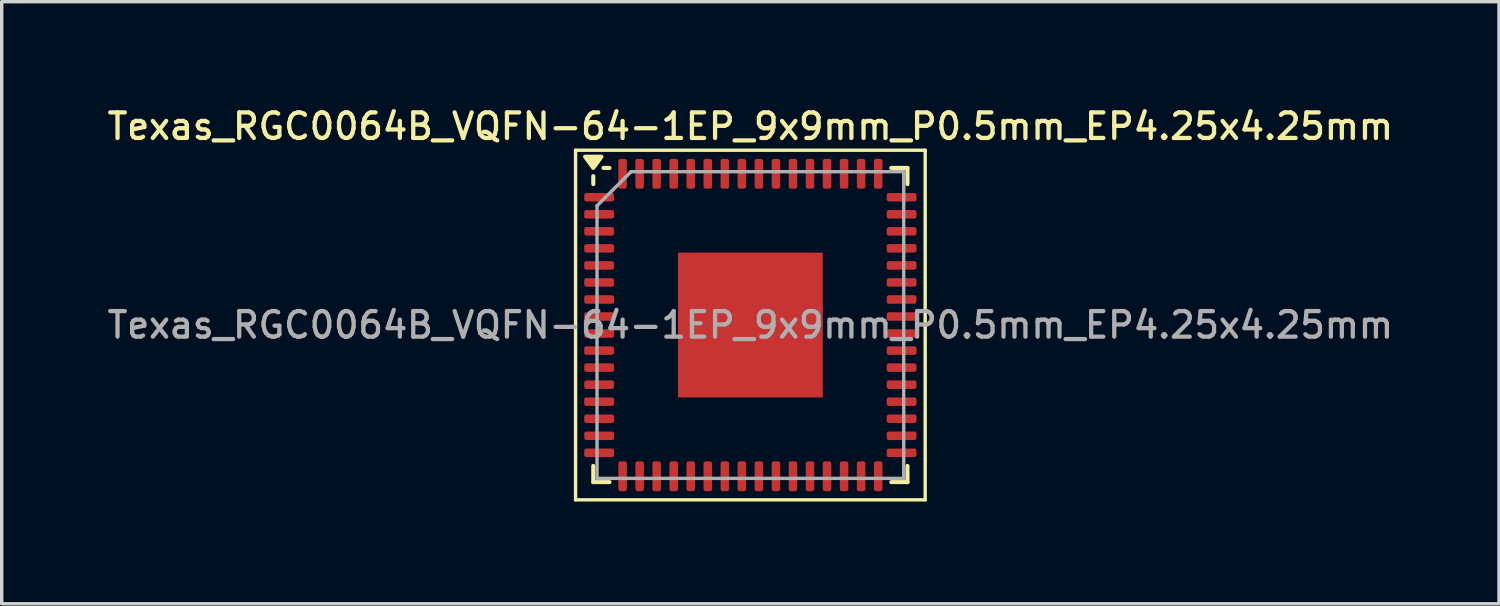
<source format=kicad_pcb>
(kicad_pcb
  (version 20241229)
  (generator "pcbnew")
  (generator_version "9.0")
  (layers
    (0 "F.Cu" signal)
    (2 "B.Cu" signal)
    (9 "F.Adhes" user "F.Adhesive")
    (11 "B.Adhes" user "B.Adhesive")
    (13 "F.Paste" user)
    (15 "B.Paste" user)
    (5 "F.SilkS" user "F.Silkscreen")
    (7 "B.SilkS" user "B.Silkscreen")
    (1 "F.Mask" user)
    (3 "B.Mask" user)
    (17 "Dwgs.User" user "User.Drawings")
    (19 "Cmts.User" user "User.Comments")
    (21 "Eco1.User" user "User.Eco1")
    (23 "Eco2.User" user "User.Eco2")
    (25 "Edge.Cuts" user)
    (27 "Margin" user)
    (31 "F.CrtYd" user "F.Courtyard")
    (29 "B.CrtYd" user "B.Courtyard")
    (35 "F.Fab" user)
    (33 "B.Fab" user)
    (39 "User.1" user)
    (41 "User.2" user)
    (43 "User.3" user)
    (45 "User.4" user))
  (footprint "Texas_RGC0064B_VQFN-64-1EP_9x9mm_P0.5mm_EP4.25x4.25mm"
    (layer "F.Cu")
    (at 18.97 6.488)
    (property "Reference" "Texas_RGC0064B_VQFN-64-1EP_9x9mm_P0.5mm_EP4.25x4.25mm" (at 0 -5.83 0) (layer "F.SilkS") (effects (font (size 0.75 0.75) (thickness 0.125))))
    (attr smd)
    (fp_line (start -5.13 -5.13) (end -5.13 5.13) (stroke (width 0.1) (type solid)) (layer "F.SilkS"))
    (fp_line (start -5.13 5.13) (end 5.13 5.13) (stroke (width 0.1) (type solid)) (layer "F.SilkS"))
    (fp_line (start -4.61 -4.135) (end -4.61 -4.37) (stroke (width 0.12) (type solid)) (layer "F.SilkS"))
    (fp_line (start -4.61 4.61) (end -4.61 4.135) (stroke (width 0.12) (type solid)) (layer "F.SilkS"))
    (fp_line (start -4.135 -4.61) (end -4.31 -4.61) (stroke (width 0.12) (type solid)) (layer "F.SilkS"))
    (fp_line (start -4.135 4.61) (end -4.61 4.61) (stroke (width 0.12) (type solid)) (layer "F.SilkS"))
    (fp_line (start 4.135 -4.61) (end 4.61 -4.61) (stroke (width 0.12) (type solid)) (layer "F.SilkS"))
    (fp_line (start 4.135 4.61) (end 4.61 4.61) (stroke (width 0.12) (type solid)) (layer "F.SilkS"))
    (fp_line (start 4.61 -4.61) (end 4.61 -4.135) (stroke (width 0.12) (type solid)) (layer "F.SilkS"))
    (fp_line (start 4.61 4.61) (end 4.61 4.135) (stroke (width 0.12) (type solid)) (layer "F.SilkS"))
    (fp_line (start 5.13 -5.13) (end -5.13 -5.13) (stroke (width 0.1) (type solid)) (layer "F.SilkS"))
    (fp_line (start 5.13 5.13) (end 5.13 -5.13) (stroke (width 0.1) (type solid)) (layer "F.SilkS"))
    (fp_poly (pts (xy -4.61 -4.61) (xy -4.85 -4.94) (xy -4.37 -4.94) (xy -4.61 -4.61)) (stroke (width 0.12) (type solid)) (fill yes) (layer "F.SilkS"))
    (fp_line (start -4.5 -3.5) (end -3.5 -4.5) (stroke (width 0.1) (type solid)) (layer "F.Fab"))
    (fp_line (start -4.5 4.5) (end -4.5 -3.5) (stroke (width 0.1) (type solid)) (layer "F.Fab"))
    (fp_line (start -3.5 -4.5) (end 4.5 -4.5) (stroke (width 0.1) (type solid)) (layer "F.Fab"))
    (fp_line (start 4.5 -4.5) (end 4.5 4.5) (stroke (width 0.1) (type solid)) (layer "F.Fab"))
    (fp_line (start 4.5 4.5) (end -4.5 4.5) (stroke (width 0.1) (type solid)) (layer "F.Fab"))
    (fp_text user "${REFERENCE}" (at 0 0 0) (layer "F.Fab") (effects (font (size 0.75 0.75) (thickness 0.125))))
    (pad "" smd roundrect (at -1.06 -1.06) (size 1.71 1.71) (layers "F.Paste") (roundrect_rratio 0.146))
    (pad "" smd roundrect (at -1.06 1.06) (size 1.71 1.71) (layers "F.Paste") (roundrect_rratio 0.146))
    (pad "" smd roundrect (at 1.06 -1.06) (size 1.71 1.71) (layers "F.Paste") (roundrect_rratio 0.146))
    (pad "" smd roundrect (at 1.06 1.06) (size 1.71 1.71) (layers "F.Paste") (roundrect_rratio 0.146))
    (pad "1" smd roundrect (at -4.438 -3.75) (size 0.875 0.25) (layers "F.Cu" "F.Mask" "F.Paste") (roundrect_rratio 0.25))
    (pad "2" smd roundrect (at -4.438 -3.25) (size 0.875 0.25) (layers "F.Cu" "F.Mask" "F.Paste") (roundrect_rratio 0.25))
    (pad "3" smd roundrect (at -4.438 -2.75) (size 0.875 0.25) (layers "F.Cu" "F.Mask" "F.Paste") (roundrect_rratio 0.25))
    (pad "4" smd roundrect (at -4.438 -2.25) (size 0.875 0.25) (layers "F.Cu" "F.Mask" "F.Paste") (roundrect_rratio 0.25))
    (pad "5" smd roundrect (at -4.438 -1.75) (size 0.875 0.25) (layers "F.Cu" "F.Mask" "F.Paste") (roundrect_rratio 0.25))
    (pad "6" smd roundrect (at -4.438 -1.25) (size 0.875 0.25) (layers "F.Cu" "F.Mask" "F.Paste") (roundrect_rratio 0.25))
    (pad "7" smd roundrect (at -4.438 -0.75) (size 0.875 0.25) (layers "F.Cu" "F.Mask" "F.Paste") (roundrect_rratio 0.25))
    (pad "8" smd roundrect (at -4.438 -0.25) (size 0.875 0.25) (layers "F.Cu" "F.Mask" "F.Paste") (roundrect_rratio 0.25))
    (pad "9" smd roundrect (at -4.438 0.25) (size 0.875 0.25) (layers "F.Cu" "F.Mask" "F.Paste") (roundrect_rratio 0.25))
    (pad "10" smd roundrect (at -4.438 0.75) (size 0.875 0.25) (layers "F.Cu" "F.Mask" "F.Paste") (roundrect_rratio 0.25))
    (pad "11" smd roundrect (at -4.438 1.25) (size 0.875 0.25) (layers "F.Cu" "F.Mask" "F.Paste") (roundrect_rratio 0.25))
    (pad "12" smd roundrect (at -4.438 1.75) (size 0.875 0.25) (layers "F.Cu" "F.Mask" "F.Paste") (roundrect_rratio 0.25))
    (pad "13" smd roundrect (at -4.438 2.25) (size 0.875 0.25) (layers "F.Cu" "F.Mask" "F.Paste") (roundrect_rratio 0.25))
    (pad "14" smd roundrect (at -4.438 2.75) (size 0.875 0.25) (layers "F.Cu" "F.Mask" "F.Paste") (roundrect_rratio 0.25))
    (pad "15" smd roundrect (at -4.438 3.25) (size 0.875 0.25) (layers "F.Cu" "F.Mask" "F.Paste") (roundrect_rratio 0.25))
    (pad "16" smd roundrect (at -4.438 3.75) (size 0.875 0.25) (layers "F.Cu" "F.Mask" "F.Paste") (roundrect_rratio 0.25))
    (pad "17" smd roundrect (at -3.75 4.438) (size 0.25 0.875) (layers "F.Cu" "F.Mask" "F.Paste") (roundrect_rratio 0.25))
    (pad "18" smd roundrect (at -3.25 4.438) (size 0.25 0.875) (layers "F.Cu" "F.Mask" "F.Paste") (roundrect_rratio 0.25))
    (pad "19" smd roundrect (at -2.75 4.438) (size 0.25 0.875) (layers "F.Cu" "F.Mask" "F.Paste") (roundrect_rratio 0.25))
    (pad "20" smd roundrect (at -2.25 4.438) (size 0.25 0.875) (layers "F.Cu" "F.Mask" "F.Paste") (roundrect_rratio 0.25))
    (pad "21" smd roundrect (at -1.75 4.438) (size 0.25 0.875) (layers "F.Cu" "F.Mask" "F.Paste") (roundrect_rratio 0.25))
    (pad "22" smd roundrect (at -1.25 4.438) (size 0.25 0.875) (layers "F.Cu" "F.Mask" "F.Paste") (roundrect_rratio 0.25))
    (pad "23" smd roundrect (at -0.75 4.438) (size 0.25 0.875) (layers "F.Cu" "F.Mask" "F.Paste") (roundrect_rratio 0.25))
    (pad "24" smd roundrect (at -0.25 4.438) (size 0.25 0.875) (layers "F.Cu" "F.Mask" "F.Paste") (roundrect_rratio 0.25))
    (pad "25" smd roundrect (at 0.25 4.438) (size 0.25 0.875) (layers "F.Cu" "F.Mask" "F.Paste") (roundrect_rratio 0.25))
    (pad "26" smd roundrect (at 0.75 4.438) (size 0.25 0.875) (layers "F.Cu" "F.Mask" "F.Paste") (roundrect_rratio 0.25))
    (pad "27" smd roundrect (at 1.25 4.438) (size 0.25 0.875) (layers "F.Cu" "F.Mask" "F.Paste") (roundrect_rratio 0.25))
    (pad "28" smd roundrect (at 1.75 4.438) (size 0.25 0.875) (layers "F.Cu" "F.Mask" "F.Paste") (roundrect_rratio 0.25))
    (pad "29" smd roundrect (at 2.25 4.438) (size 0.25 0.875) (layers "F.Cu" "F.Mask" "F.Paste") (roundrect_rratio 0.25))
    (pad "30" smd roundrect (at 2.75 4.438) (size 0.25 0.875) (layers "F.Cu" "F.Mask" "F.Paste") (roundrect_rratio 0.25))
    (pad "31" smd roundrect (at 3.25 4.438) (size 0.25 0.875) (layers "F.Cu" "F.Mask" "F.Paste") (roundrect_rratio 0.25))
    (pad "32" smd roundrect (at 3.75 4.438) (size 0.25 0.875) (layers "F.Cu" "F.Mask" "F.Paste") (roundrect_rratio 0.25))
    (pad "33" smd roundrect (at 4.438 3.75) (size 0.875 0.25) (layers "F.Cu" "F.Mask" "F.Paste") (roundrect_rratio 0.25))
    (pad "34" smd roundrect (at 4.438 3.25) (size 0.875 0.25) (layers "F.Cu" "F.Mask" "F.Paste") (roundrect_rratio 0.25))
    (pad "35" smd roundrect (at 4.438 2.75) (size 0.875 0.25) (layers "F.Cu" "F.Mask" "F.Paste") (roundrect_rratio 0.25))
    (pad "36" smd roundrect (at 4.438 2.25) (size 0.875 0.25) (layers "F.Cu" "F.Mask" "F.Paste") (roundrect_rratio 0.25))
    (pad "37" smd roundrect (at 4.438 1.75) (size 0.875 0.25) (layers "F.Cu" "F.Mask" "F.Paste") (roundrect_rratio 0.25))
    (pad "38" smd roundrect (at 4.438 1.25) (size 0.875 0.25) (layers "F.Cu" "F.Mask" "F.Paste") (roundrect_rratio 0.25))
    (pad "39" smd roundrect (at 4.438 0.75) (size 0.875 0.25) (layers "F.Cu" "F.Mask" "F.Paste") (roundrect_rratio 0.25))
    (pad "40" smd roundrect (at 4.438 0.25) (size 0.875 0.25) (layers "F.Cu" "F.Mask" "F.Paste") (roundrect_rratio 0.25))
    (pad "41" smd roundrect (at 4.438 -0.25) (size 0.875 0.25) (layers "F.Cu" "F.Mask" "F.Paste") (roundrect_rratio 0.25))
    (pad "42" smd roundrect (at 4.438 -0.75) (size 0.875 0.25) (layers "F.Cu" "F.Mask" "F.Paste") (roundrect_rratio 0.25))
    (pad "43" smd roundrect (at 4.438 -1.25) (size 0.875 0.25) (layers "F.Cu" "F.Mask" "F.Paste") (roundrect_rratio 0.25))
    (pad "44" smd roundrect (at 4.438 -1.75) (size 0.875 0.25) (layers "F.Cu" "F.Mask" "F.Paste") (roundrect_rratio 0.25))
    (pad "45" smd roundrect (at 4.438 -2.25) (size 0.875 0.25) (layers "F.Cu" "F.Mask" "F.Paste") (roundrect_rratio 0.25))
    (pad "46" smd roundrect (at 4.438 -2.75) (size 0.875 0.25) (layers "F.Cu" "F.Mask" "F.Paste") (roundrect_rratio 0.25))
    (pad "47" smd roundrect (at 4.438 -3.25) (size 0.875 0.25) (layers "F.Cu" "F.Mask" "F.Paste") (roundrect_rratio 0.25))
    (pad "48" smd roundrect (at 4.438 -3.75) (size 0.875 0.25) (layers "F.Cu" "F.Mask" "F.Paste") (roundrect_rratio 0.25))
    (pad "49" smd roundrect (at 3.75 -4.438) (size 0.25 0.875) (layers "F.Cu" "F.Mask" "F.Paste") (roundrect_rratio 0.25))
    (pad "50" smd roundrect (at 3.25 -4.438) (size 0.25 0.875) (layers "F.Cu" "F.Mask" "F.Paste") (roundrect_rratio 0.25))
    (pad "51" smd roundrect (at 2.75 -4.438) (size 0.25 0.875) (layers "F.Cu" "F.Mask" "F.Paste") (roundrect_rratio 0.25))
    (pad "52" smd roundrect (at 2.25 -4.438) (size 0.25 0.875) (layers "F.Cu" "F.Mask" "F.Paste") (roundrect_rratio 0.25))
    (pad "53" smd roundrect (at 1.75 -4.438) (size 0.25 0.875) (layers "F.Cu" "F.Mask" "F.Paste") (roundrect_rratio 0.25))
    (pad "54" smd roundrect (at 1.25 -4.438) (size 0.25 0.875) (layers "F.Cu" "F.Mask" "F.Paste") (roundrect_rratio 0.25))
    (pad "55" smd roundrect (at 0.75 -4.438) (size 0.25 0.875) (layers "F.Cu" "F.Mask" "F.Paste") (roundrect_rratio 0.25))
    (pad "56" smd roundrect (at 0.25 -4.438) (size 0.25 0.875) (layers "F.Cu" "F.Mask" "F.Paste") (roundrect_rratio 0.25))
    (pad "57" smd roundrect (at -0.25 -4.438) (size 0.25 0.875) (layers "F.Cu" "F.Mask" "F.Paste") (roundrect_rratio 0.25))
    (pad "58" smd roundrect (at -0.75 -4.438) (size 0.25 0.875) (layers "F.Cu" "F.Mask" "F.Paste") (roundrect_rratio 0.25))
    (pad "59" smd roundrect (at -1.25 -4.438) (size 0.25 0.875) (layers "F.Cu" "F.Mask" "F.Paste") (roundrect_rratio 0.25))
    (pad "60" smd roundrect (at -1.75 -4.438) (size 0.25 0.875) (layers "F.Cu" "F.Mask" "F.Paste") (roundrect_rratio 0.25))
    (pad "61" smd roundrect (at -2.25 -4.438) (size 0.25 0.875) (layers "F.Cu" "F.Mask" "F.Paste") (roundrect_rratio 0.25))
    (pad "62" smd roundrect (at -2.75 -4.438) (size 0.25 0.875) (layers "F.Cu" "F.Mask" "F.Paste") (roundrect_rratio 0.25))
    (pad "63" smd roundrect (at -3.25 -4.438) (size 0.25 0.875) (layers "F.Cu" "F.Mask" "F.Paste") (roundrect_rratio 0.25))
    (pad "64" smd roundrect (at -3.75 -4.438) (size 0.25 0.875) (layers "F.Cu" "F.Mask" "F.Paste") (roundrect_rratio 0.25))
    (pad "65" smd rect (at 0 0) (size 4.25 4.25) (property pad_prop_heatsink) (layers "F.Cu" "F.Mask")))
  (gr_rect
    (start -3 -3)
    (end 40.939 14.668)
    (stroke (width 0.1) (type default))
    (fill no)
    (layer "Edge.Cuts")))
</source>
